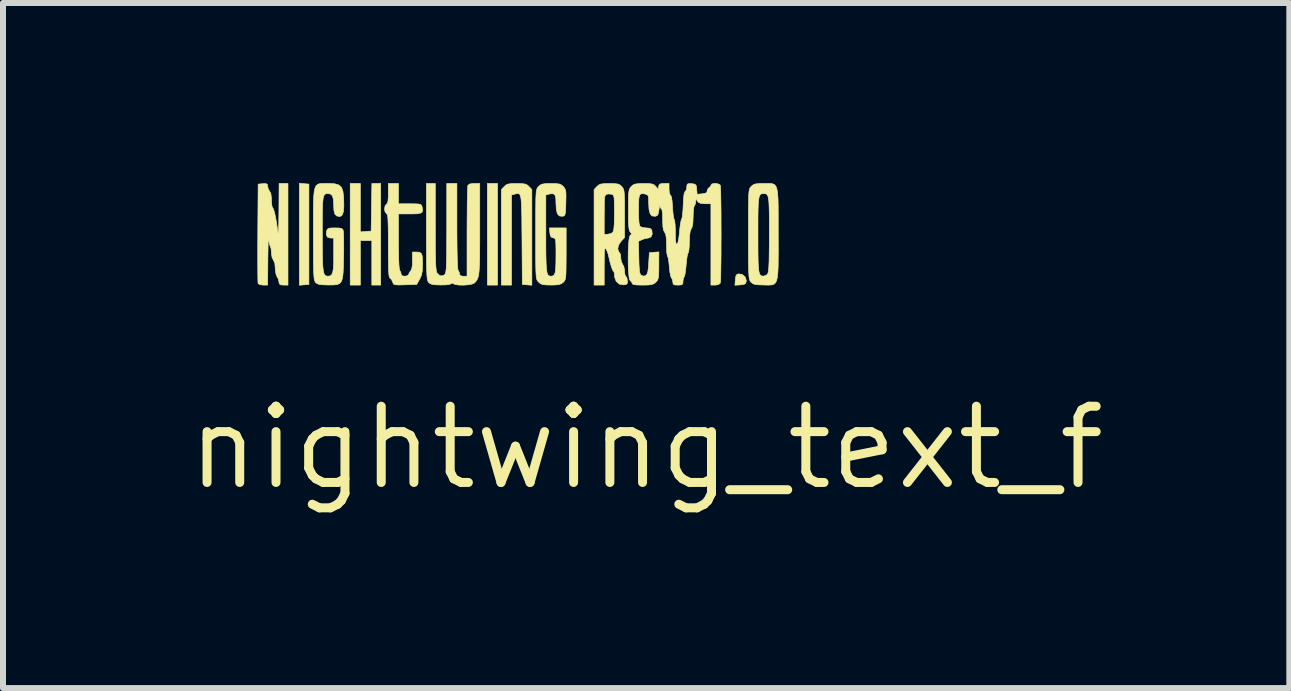
<source format=kicad_pcb>
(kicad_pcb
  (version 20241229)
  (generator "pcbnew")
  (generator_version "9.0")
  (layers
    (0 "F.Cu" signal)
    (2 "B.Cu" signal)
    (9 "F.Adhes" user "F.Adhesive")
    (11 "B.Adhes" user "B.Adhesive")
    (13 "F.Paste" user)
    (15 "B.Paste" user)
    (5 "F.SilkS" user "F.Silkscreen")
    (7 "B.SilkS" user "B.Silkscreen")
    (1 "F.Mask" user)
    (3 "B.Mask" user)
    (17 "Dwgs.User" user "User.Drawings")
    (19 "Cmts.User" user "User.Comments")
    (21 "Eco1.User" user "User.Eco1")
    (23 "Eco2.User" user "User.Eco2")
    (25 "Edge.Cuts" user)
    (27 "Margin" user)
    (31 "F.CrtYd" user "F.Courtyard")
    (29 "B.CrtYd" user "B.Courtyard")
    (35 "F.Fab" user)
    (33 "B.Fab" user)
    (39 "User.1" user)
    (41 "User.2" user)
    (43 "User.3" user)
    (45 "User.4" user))
  (footprint "nightwing_text_f"
    (layer "F.Cu")
    (at 7.718 4.41)
    (property "Reference" "nightwing_text_f" (at 0 0 0) (layer "F.SilkS") (effects (font (size 1.27 1.27) (thickness 0.15))))
    (attr through_hole)
    (fp_poly (pts (xy -2.477 -2.709) (xy -2.646 -2.709) (xy -2.646 -4.403) (xy -2.477 -4.403) (xy -2.477 -2.709)) (stroke (width 0.01) (type solid)) (fill yes) (layer "F.SilkS"))
    (fp_poly (pts (xy -5.699 -4.399) (xy -5.62 -4.392) (xy -5.62 -2.72) (xy -5.779 -2.707) (xy -5.779 -4.405) (xy -5.699 -4.399)) (stroke (width 0.01) (type solid)) (fill yes) (layer "F.SilkS"))
    (fp_poly (pts (xy 1.602 -2.886) (xy 1.648 -2.846) (xy 1.668 -2.789) (xy 1.668 -2.774) (xy 1.658 -2.739) (xy 1.633 -2.722) (xy 1.578 -2.714) (xy 1.57 -2.713) (xy 1.479 -2.707) (xy 1.486 -2.798) (xy 1.494 -2.857) (xy 1.51 -2.886) (xy 1.542 -2.896) (xy 1.602 -2.886)) (stroke (width 0.01) (type solid)) (fill yes) (layer "F.SilkS"))
    (fp_poly (pts (xy -4.763 -3.596) (xy -4.673 -3.602) (xy -4.583 -3.609) (xy -4.577 -4.006) (xy -4.571 -4.403) (xy -4.424 -4.403) (xy -4.424 -2.709) (xy -4.572 -2.709) (xy -4.572 -3.45) (xy -4.763 -3.45) (xy -4.763 -2.709) (xy -4.932 -2.709) (xy -4.932 -4.403) (xy -4.763 -4.403) (xy -4.763 -3.596)) (stroke (width 0.01) (type solid)) (fill yes) (layer "F.SilkS"))
    (fp_poly (pts (xy -2.074 -4.4) (xy -2.02 -4.394) (xy -1.984 -4.379) (xy -1.954 -4.353) (xy -1.953 -4.352) (xy -1.905 -4.301) (xy -1.905 -2.707) (xy -2.064 -2.72) (xy -2.069 -3.467) (xy -2.071 -3.67) (xy -2.072 -3.835) (xy -2.075 -3.965) (xy -2.079 -4.064) (xy -2.084 -4.137) (xy -2.093 -4.186) (xy -2.104 -4.217) (xy -2.12 -4.232) (xy -2.14 -4.235) (xy -2.165 -4.231) (xy -2.191 -4.225) (xy -2.244 -4.211) (xy -2.244 -2.709) (xy -2.413 -2.709) (xy -2.413 -4.301) (xy -2.365 -4.352) (xy -2.335 -4.378) (xy -2.3 -4.393) (xy -2.246 -4.4) (xy -2.163 -4.402) (xy -2.159 -4.402) (xy -2.074 -4.4)) (stroke (width 0.01) (type solid)) (fill yes) (layer "F.SilkS"))
    (fp_poly (pts (xy -5.969 -2.709) (xy -6.043 -2.709) (xy -6.094 -2.714) (xy -6.114 -2.732) (xy -6.118 -2.757) (xy -6.131 -2.812) (xy -6.15 -2.846) (xy -6.169 -2.892) (xy -6.18 -2.961) (xy -6.181 -2.99) (xy -6.188 -3.069) (xy -6.208 -3.12) (xy -6.212 -3.125) (xy -6.234 -3.168) (xy -6.244 -3.233) (xy -6.244 -3.246) (xy -6.249 -3.307) (xy -6.26 -3.349) (xy -6.264 -3.356) (xy -6.277 -3.387) (xy -6.287 -3.445) (xy -6.292 -3.493) (xy -6.294 -3.507) (xy -6.297 -3.483) (xy -6.299 -3.425) (xy -6.301 -3.338) (xy -6.303 -3.225) (xy -6.304 -3.159) (xy -6.308 -2.709) (xy -6.382 -2.709) (xy -6.435 -2.716) (xy -6.466 -2.733) (xy -6.467 -2.736) (xy -6.469 -2.762) (xy -6.471 -2.826) (xy -6.472 -2.923) (xy -6.473 -3.048) (xy -6.473 -3.196) (xy -6.473 -3.363) (xy -6.472 -3.543) (xy -6.472 -3.577) (xy -6.466 -4.392) (xy -6.387 -4.399) (xy -6.335 -4.4) (xy -6.313 -4.388) (xy -6.308 -4.355) (xy -6.308 -4.354) (xy -6.295 -4.303) (xy -6.276 -4.276) (xy -6.254 -4.234) (xy -6.245 -4.156) (xy -6.244 -4.127) (xy -6.241 -4.06) (xy -6.233 -4.012) (xy -6.224 -3.997) (xy -6.209 -3.972) (xy -6.191 -3.911) (xy -6.172 -3.819) (xy -6.153 -3.703) (xy -6.14 -3.609) (xy -6.134 -3.579) (xy -6.13 -3.587) (xy -6.126 -3.632) (xy -6.123 -3.717) (xy -6.121 -3.842) (xy -6.12 -3.942) (xy -6.117 -4.403) (xy -5.969 -4.403) (xy -5.969 -2.709)) (stroke (width 0.01) (type solid)) (fill yes) (layer "F.SilkS"))
    (fp_poly (pts (xy -4.128 -4.064) (xy -3.937 -4.064) (xy -3.847 -4.063) (xy -3.79 -4.06) (xy -3.759 -4.052) (xy -3.743 -4.037) (xy -3.734 -4.013) (xy -3.734 -4.011) (xy -3.725 -3.96) (xy -3.733 -3.927) (xy -3.764 -3.907) (xy -3.825 -3.897) (xy -3.92 -3.895) (xy -3.936 -3.895) (xy -4.128 -3.895) (xy -4.128 -3.43) (xy -4.127 -3.271) (xy -4.124 -3.139) (xy -4.119 -3.041) (xy -4.113 -2.977) (xy -4.106 -2.953) (xy -4.089 -2.923) (xy -4.085 -2.899) (xy -4.075 -2.868) (xy -4.036 -2.858) (xy -4.022 -2.857) (xy -3.973 -2.866) (xy -3.958 -2.887) (xy -3.943 -2.924) (xy -3.926 -2.942) (xy -3.907 -2.975) (xy -3.897 -3.039) (xy -3.895 -3.114) (xy -3.895 -3.26) (xy -3.823 -3.26) (xy -3.779 -3.256) (xy -3.75 -3.24) (xy -3.734 -3.203) (xy -3.727 -3.14) (xy -3.726 -3.041) (xy -3.726 -3.041) (xy -3.731 -2.944) (xy -3.745 -2.872) (xy -3.773 -2.81) (xy -3.776 -2.805) (xy -3.824 -2.72) (xy -4.018 -2.714) (xy -4.109 -2.711) (xy -4.166 -2.713) (xy -4.199 -2.719) (xy -4.215 -2.733) (xy -4.223 -2.756) (xy -4.224 -2.76) (xy -4.245 -2.804) (xy -4.267 -2.824) (xy -4.276 -2.834) (xy -4.284 -2.859) (xy -4.289 -2.904) (xy -4.293 -2.974) (xy -4.295 -3.073) (xy -4.297 -3.205) (xy -4.297 -3.363) (xy -4.297 -3.529) (xy -4.298 -3.657) (xy -4.301 -3.752) (xy -4.304 -3.82) (xy -4.309 -3.864) (xy -4.317 -3.889) (xy -4.326 -3.901) (xy -4.329 -3.902) (xy -4.352 -3.932) (xy -4.36 -3.979) (xy -4.35 -4.032) (xy -4.329 -4.056) (xy -4.312 -4.073) (xy -4.302 -4.113) (xy -4.297 -4.183) (xy -4.297 -4.236) (xy -4.297 -4.403) (xy -4.128 -4.403) (xy -4.128 -4.064)) (stroke (width 0.01) (type solid)) (fill yes) (layer "F.SilkS"))
    (fp_poly (pts (xy -3.514 -3.677) (xy -3.513 -3.479) (xy -3.513 -3.318) (xy -3.511 -3.191) (xy -3.509 -3.094) (xy -3.505 -3.022) (xy -3.5 -2.97) (xy -3.494 -2.935) (xy -3.486 -2.913) (xy -3.481 -2.905) (xy -3.435 -2.864) (xy -3.386 -2.865) (xy -3.353 -2.888) (xy -3.345 -2.902) (xy -3.339 -2.93) (xy -3.333 -2.975) (xy -3.329 -3.042) (xy -3.327 -3.134) (xy -3.325 -3.255) (xy -3.324 -3.409) (xy -3.323 -3.601) (xy -3.323 -3.66) (xy -3.323 -4.403) (xy -3.154 -4.403) (xy -3.154 -3.684) (xy -3.153 -3.474) (xy -3.151 -3.297) (xy -3.148 -3.154) (xy -3.144 -3.048) (xy -3.139 -2.98) (xy -3.133 -2.953) (xy -3.133 -2.953) (xy -3.115 -2.923) (xy -3.111 -2.899) (xy -3.101 -2.868) (xy -3.062 -2.858) (xy -3.048 -2.857) (xy -2.985 -2.857) (xy -2.985 -3.597) (xy -2.984 -3.77) (xy -2.983 -3.932) (xy -2.982 -4.075) (xy -2.979 -4.196) (xy -2.977 -4.289) (xy -2.974 -4.348) (xy -2.972 -4.369) (xy -2.945 -4.393) (xy -2.885 -4.402) (xy -2.866 -4.403) (xy -2.773 -4.403) (xy -2.773 -3.643) (xy -2.773 -3.436) (xy -2.774 -3.267) (xy -2.775 -3.132) (xy -2.779 -3.026) (xy -2.784 -2.944) (xy -2.791 -2.883) (xy -2.801 -2.838) (xy -2.815 -2.804) (xy -2.832 -2.777) (xy -2.853 -2.753) (xy -2.862 -2.744) (xy -2.901 -2.726) (xy -2.967 -2.714) (xy -3.046 -2.708) (xy -3.123 -2.71) (xy -3.183 -2.719) (xy -3.211 -2.732) (xy -3.236 -2.744) (xy -3.248 -2.732) (xy -3.276 -2.721) (xy -3.337 -2.713) (xy -3.424 -2.711) (xy -3.425 -2.711) (xy -3.514 -2.714) (xy -3.571 -2.722) (xy -3.607 -2.738) (xy -3.625 -2.753) (xy -3.634 -2.767) (xy -3.642 -2.786) (xy -3.648 -2.816) (xy -3.653 -2.861) (xy -3.656 -2.924) (xy -3.659 -3.01) (xy -3.661 -3.123) (xy -3.661 -3.268) (xy -3.662 -3.447) (xy -3.662 -3.598) (xy -3.662 -4.403) (xy -3.514 -4.403) (xy -3.514 -3.677)) (stroke (width 0.01) (type solid)) (fill yes) (layer "F.SilkS"))
    (fp_poly (pts (xy -0.529 -4.4) (xy -0.475 -4.394) (xy -0.439 -4.379) (xy -0.409 -4.353) (xy -0.407 -4.352) (xy -0.391 -4.332) (xy -0.379 -4.31) (xy -0.37 -4.28) (xy -0.365 -4.233) (xy -0.362 -4.165) (xy -0.36 -4.069) (xy -0.36 -3.938) (xy -0.36 -3.902) (xy -0.36 -3.502) (xy -0.421 -3.435) (xy -0.46 -3.375) (xy -0.473 -3.313) (xy -0.459 -3.264) (xy -0.442 -3.248) (xy -0.429 -3.221) (xy -0.423 -3.17) (xy -0.423 -3.162) (xy -0.415 -3.102) (xy -0.394 -3.058) (xy -0.392 -3.056) (xy -0.371 -3.014) (xy -0.36 -2.954) (xy -0.36 -2.942) (xy -0.355 -2.889) (xy -0.342 -2.856) (xy -0.338 -2.854) (xy -0.321 -2.83) (xy -0.312 -2.783) (xy -0.313 -2.739) (xy -0.334 -2.72) (xy -0.376 -2.713) (xy -0.447 -2.725) (xy -0.499 -2.77) (xy -0.526 -2.843) (xy -0.528 -2.873) (xy -0.533 -2.92) (xy -0.544 -2.942) (xy -0.546 -2.942) (xy -0.56 -2.961) (xy -0.579 -3.013) (xy -0.601 -3.088) (xy -0.622 -3.177) (xy -0.628 -3.207) (xy -0.647 -3.268) (xy -0.67 -3.312) (xy -0.681 -3.323) (xy -0.689 -3.316) (xy -0.694 -3.286) (xy -0.697 -3.228) (xy -0.698 -3.137) (xy -0.699 -3.032) (xy -0.699 -2.709) (xy -0.868 -2.709) (xy -0.868 -3.883) (xy -0.699 -3.883) (xy -0.699 -3.556) (xy -0.644 -3.556) (xy -0.59 -3.567) (xy -0.559 -3.586) (xy -0.547 -3.609) (xy -0.538 -3.652) (xy -0.532 -3.722) (xy -0.53 -3.823) (xy -0.529 -3.913) (xy -0.53 -4.031) (xy -0.531 -4.113) (xy -0.535 -4.166) (xy -0.543 -4.198) (xy -0.554 -4.214) (xy -0.57 -4.222) (xy -0.572 -4.223) (xy -0.628 -4.228) (xy -0.656 -4.223) (xy -0.672 -4.215) (xy -0.684 -4.2) (xy -0.691 -4.171) (xy -0.696 -4.122) (xy -0.698 -4.046) (xy -0.698 -3.937) (xy -0.699 -3.883) (xy -0.868 -3.883) (xy -0.868 -4.301) (xy -0.82 -4.352) (xy -0.79 -4.378) (xy -0.754 -4.393) (xy -0.701 -4.4) (xy -0.617 -4.402) (xy -0.614 -4.402) (xy -0.529 -4.4)) (stroke (width 0.01) (type solid)) (fill yes) (layer "F.SilkS"))
    (fp_poly (pts (xy 2.069 -4.403) (xy 2.108 -4.397) (xy 2.14 -4.382) (xy 2.163 -4.354) (xy 2.179 -4.309) (xy 2.19 -4.244) (xy 2.197 -4.155) (xy 2.2 -4.037) (xy 2.201 -3.888) (xy 2.201 -3.702) (xy 2.201 -3.556) (xy 2.202 -3.344) (xy 2.201 -3.171) (xy 2.2 -3.032) (xy 2.195 -2.924) (xy 2.187 -2.843) (xy 2.174 -2.785) (xy 2.155 -2.747) (xy 2.129 -2.724) (xy 2.095 -2.713) (xy 2.051 -2.709) (xy 1.997 -2.71) (xy 1.953 -2.711) (xy 1.865 -2.714) (xy 1.809 -2.721) (xy 1.773 -2.736) (xy 1.746 -2.759) (xy 1.735 -2.772) (xy 1.726 -2.79) (xy 1.719 -2.815) (xy 1.714 -2.852) (xy 1.71 -2.906) (xy 1.707 -2.982) (xy 1.705 -3.082) (xy 1.704 -3.212) (xy 1.704 -3.377) (xy 1.704 -3.551) (xy 1.863 -3.551) (xy 1.863 -3.362) (xy 1.864 -3.211) (xy 1.866 -3.093) (xy 1.871 -3.005) (xy 1.878 -2.943) (xy 1.888 -2.901) (xy 1.902 -2.876) (xy 1.92 -2.863) (xy 1.943 -2.859) (xy 1.956 -2.858) (xy 2 -2.873) (xy 2.024 -2.895) (xy 2.032 -2.915) (xy 2.039 -2.954) (xy 2.044 -3.016) (xy 2.048 -3.105) (xy 2.05 -3.224) (xy 2.052 -3.378) (xy 2.052 -3.557) (xy 2.053 -3.744) (xy 2.052 -3.893) (xy 2.049 -4.008) (xy 2.045 -4.094) (xy 2.038 -4.154) (xy 2.028 -4.194) (xy 2.014 -4.218) (xy 1.996 -4.229) (xy 1.972 -4.233) (xy 1.958 -4.233) (xy 1.932 -4.232) (xy 1.911 -4.225) (xy 1.895 -4.208) (xy 1.883 -4.178) (xy 1.874 -4.128) (xy 1.868 -4.056) (xy 1.865 -3.958) (xy 1.863 -3.827) (xy 1.863 -3.661) (xy 1.863 -3.551) (xy 1.704 -3.551) (xy 1.704 -3.556) (xy 1.704 -3.754) (xy 1.704 -3.914) (xy 1.705 -4.04) (xy 1.707 -4.138) (xy 1.709 -4.21) (xy 1.713 -4.262) (xy 1.719 -4.297) (xy 1.726 -4.321) (xy 1.736 -4.337) (xy 1.747 -4.351) (xy 1.752 -4.355) (xy 1.783 -4.38) (xy 1.821 -4.395) (xy 1.879 -4.401) (xy 1.958 -4.403) (xy 2.019 -4.403) (xy 2.069 -4.403)) (stroke (width 0.01) (type solid)) (fill yes) (layer "F.SilkS"))
    (fp_poly (pts (xy -5.344 -4.403) (xy -5.302 -4.403) (xy -5.195 -4.398) (xy -5.123 -4.378) (xy -5.077 -4.337) (xy -5.053 -4.269) (xy -5.041 -4.166) (xy -5.041 -4.154) (xy -5.038 -4.026) (xy -5.045 -3.936) (xy -5.063 -3.88) (xy -5.092 -3.855) (xy -5.108 -3.852) (xy -5.157 -3.861) (xy -5.187 -3.892) (xy -5.203 -3.952) (xy -5.207 -4.043) (xy -5.212 -4.137) (xy -5.228 -4.196) (xy -5.259 -4.226) (xy -5.302 -4.233) (xy -5.329 -4.232) (xy -5.35 -4.225) (xy -5.366 -4.208) (xy -5.378 -4.177) (xy -5.386 -4.128) (xy -5.392 -4.055) (xy -5.395 -3.956) (xy -5.397 -3.825) (xy -5.397 -3.658) (xy -5.397 -3.557) (xy -5.396 -3.366) (xy -5.395 -3.214) (xy -5.392 -3.095) (xy -5.387 -3.006) (xy -5.379 -2.942) (xy -5.368 -2.9) (xy -5.354 -2.874) (xy -5.335 -2.862) (xy -5.311 -2.858) (xy -5.304 -2.857) (xy -5.267 -2.862) (xy -5.241 -2.881) (xy -5.224 -2.92) (xy -5.213 -2.983) (xy -5.208 -3.078) (xy -5.207 -3.205) (xy -5.207 -3.493) (xy -5.261 -3.493) (xy -5.311 -3.508) (xy -5.331 -3.552) (xy -5.325 -3.609) (xy -5.314 -3.639) (xy -5.293 -3.654) (xy -5.251 -3.661) (xy -5.186 -3.662) (xy -5.115 -3.66) (xy -5.075 -3.653) (xy -5.055 -3.636) (xy -5.047 -3.613) (xy -5.044 -3.576) (xy -5.041 -3.505) (xy -5.04 -3.407) (xy -5.04 -3.291) (xy -5.042 -3.184) (xy -5.045 -3.031) (xy -5.05 -2.914) (xy -5.06 -2.83) (xy -5.077 -2.773) (xy -5.106 -2.737) (xy -5.147 -2.719) (xy -5.204 -2.712) (xy -5.281 -2.711) (xy -5.302 -2.711) (xy -5.392 -2.714) (xy -5.451 -2.721) (xy -5.488 -2.736) (xy -5.509 -2.753) (xy -5.518 -2.767) (xy -5.526 -2.787) (xy -5.533 -2.818) (xy -5.537 -2.864) (xy -5.541 -2.928) (xy -5.543 -3.017) (xy -5.545 -3.133) (xy -5.545 -3.281) (xy -5.546 -3.466) (xy -5.546 -3.556) (xy -5.546 -3.768) (xy -5.546 -3.941) (xy -5.544 -4.08) (xy -5.54 -4.188) (xy -5.532 -4.269) (xy -5.519 -4.326) (xy -5.5 -4.365) (xy -5.474 -4.388) (xy -5.441 -4.399) (xy -5.398 -4.403) (xy -5.344 -4.403)) (stroke (width 0.01) (type solid)) (fill yes) (layer "F.SilkS"))
    (fp_poly (pts (xy -1.503 -4.4) (xy -1.449 -4.394) (xy -1.412 -4.379) (xy -1.382 -4.353) (xy -1.38 -4.351) (xy -1.359 -4.325) (xy -1.345 -4.295) (xy -1.338 -4.254) (xy -1.336 -4.19) (xy -1.338 -4.094) (xy -1.338 -4.081) (xy -1.341 -3.983) (xy -1.345 -3.92) (xy -1.353 -3.883) (xy -1.365 -3.865) (xy -1.385 -3.857) (xy -1.396 -3.856) (xy -1.446 -3.861) (xy -1.479 -3.897) (xy -1.497 -3.966) (xy -1.503 -4.069) (xy -1.506 -4.157) (xy -1.52 -4.209) (xy -1.548 -4.231) (xy -1.596 -4.23) (xy -1.619 -4.225) (xy -1.672 -4.211) (xy -1.672 -3.565) (xy -1.672 -3.373) (xy -1.671 -3.219) (xy -1.668 -3.1) (xy -1.664 -3.01) (xy -1.657 -2.945) (xy -1.648 -2.902) (xy -1.635 -2.876) (xy -1.617 -2.863) (xy -1.596 -2.858) (xy -1.583 -2.857) (xy -1.552 -2.863) (xy -1.531 -2.882) (xy -1.516 -2.922) (xy -1.508 -2.988) (xy -1.504 -3.085) (xy -1.503 -3.199) (xy -1.503 -3.315) (xy -1.505 -3.395) (xy -1.508 -3.447) (xy -1.515 -3.476) (xy -1.527 -3.49) (xy -1.544 -3.495) (xy -1.55 -3.496) (xy -1.584 -3.51) (xy -1.6 -3.546) (xy -1.605 -3.582) (xy -1.611 -3.662) (xy -1.333 -3.662) (xy -1.333 -3.232) (xy -1.334 -3.086) (xy -1.335 -2.977) (xy -1.337 -2.899) (xy -1.341 -2.844) (xy -1.348 -2.808) (xy -1.357 -2.784) (xy -1.371 -2.766) (xy -1.382 -2.755) (xy -1.415 -2.731) (xy -1.457 -2.717) (xy -1.519 -2.711) (xy -1.589 -2.71) (xy -1.673 -2.712) (xy -1.728 -2.719) (xy -1.764 -2.734) (xy -1.794 -2.76) (xy -1.806 -2.774) (xy -1.817 -2.79) (xy -1.825 -2.812) (xy -1.831 -2.844) (xy -1.835 -2.891) (xy -1.838 -2.957) (xy -1.84 -3.046) (xy -1.841 -3.164) (xy -1.841 -3.314) (xy -1.841 -3.501) (xy -1.841 -3.556) (xy -1.841 -3.753) (xy -1.841 -3.912) (xy -1.84 -4.038) (xy -1.839 -4.135) (xy -1.836 -4.206) (xy -1.832 -4.258) (xy -1.826 -4.293) (xy -1.819 -4.317) (xy -1.809 -4.334) (xy -1.797 -4.348) (xy -1.794 -4.352) (xy -1.764 -4.378) (xy -1.728 -4.393) (xy -1.674 -4.4) (xy -1.591 -4.402) (xy -1.587 -4.402) (xy -1.503 -4.4)) (stroke (width 0.01) (type solid)) (fill yes) (layer "F.SilkS"))
    (fp_poly (pts (xy 1.186 -4.4) (xy 1.225 -4.384) (xy 1.236 -4.369) (xy 1.239 -4.341) (xy 1.242 -4.275) (xy 1.244 -4.177) (xy 1.246 -4.052) (xy 1.248 -3.904) (xy 1.248 -3.738) (xy 1.249 -3.559) (xy 1.249 -3.556) (xy 1.248 -3.377) (xy 1.248 -3.211) (xy 1.246 -3.063) (xy 1.244 -2.937) (xy 1.242 -2.838) (xy 1.239 -2.772) (xy 1.236 -2.743) (xy 1.236 -2.743) (xy 1.204 -2.717) (xy 1.151 -2.709) (xy 1.079 -2.709) (xy 1.079 -4.064) (xy 0.99 -4.064) (xy 0.913 -4.07) (xy 0.869 -4.088) (xy 0.845 -4.124) (xy 0.841 -4.138) (xy 0.833 -4.154) (xy 0.829 -4.129) (xy 0.828 -4.113) (xy 0.82 -4.062) (xy 0.805 -4.033) (xy 0.804 -4.032) (xy 0.794 -4.006) (xy 0.787 -3.949) (xy 0.783 -3.872) (xy 0.783 -3.855) (xy 0.779 -3.746) (xy 0.765 -3.674) (xy 0.752 -3.65) (xy 0.733 -3.602) (xy 0.723 -3.519) (xy 0.72 -3.436) (xy 0.718 -3.354) (xy 0.712 -3.29) (xy 0.704 -3.254) (xy 0.701 -3.25) (xy 0.691 -3.225) (xy 0.68 -3.168) (xy 0.67 -3.09) (xy 0.667 -3.048) (xy 0.658 -2.962) (xy 0.648 -2.894) (xy 0.637 -2.853) (xy 0.633 -2.846) (xy 0.619 -2.818) (xy 0.614 -2.772) (xy 0.61 -2.732) (xy 0.592 -2.714) (xy 0.546 -2.709) (xy 0.529 -2.709) (xy 0.474 -2.712) (xy 0.45 -2.726) (xy 0.445 -2.757) (xy 0.445 -2.758) (xy 0.435 -2.807) (xy 0.42 -2.831) (xy 0.407 -2.863) (xy 0.395 -2.924) (xy 0.387 -3.003) (xy 0.386 -3.016) (xy 0.378 -3.094) (xy 0.369 -3.154) (xy 0.359 -3.186) (xy 0.357 -3.187) (xy 0.349 -3.212) (xy 0.342 -3.269) (xy 0.339 -3.347) (xy 0.339 -3.379) (xy 0.336 -3.48) (xy 0.328 -3.546) (xy 0.312 -3.584) (xy 0.307 -3.591) (xy 0.289 -3.623) (xy 0.279 -3.681) (xy 0.275 -3.773) (xy 0.275 -3.801) (xy 0.273 -3.888) (xy 0.266 -3.95) (xy 0.257 -3.978) (xy 0.254 -3.979) (xy 0.236 -3.997) (xy 0.23 -4.027) (xy 0.226 -4.036) (xy 0.219 -4.008) (xy 0.214 -3.969) (xy 0.203 -3.905) (xy 0.188 -3.871) (xy 0.161 -3.858) (xy 0.149 -3.856) (xy 0.099 -3.861) (xy 0.066 -3.897) (xy 0.048 -3.967) (xy 0.042 -4.068) (xy 0.041 -4.144) (xy 0.036 -4.189) (xy 0.022 -4.211) (xy -0.003 -4.223) (xy -0.011 -4.225) (xy -0.057 -4.234) (xy -0.089 -4.229) (xy -0.11 -4.206) (xy -0.121 -4.157) (xy -0.126 -4.078) (xy -0.127 -3.963) (xy -0.125 -3.831) (xy -0.118 -3.741) (xy -0.106 -3.693) (xy -0.102 -3.687) (xy -0.065 -3.67) (xy -0.007 -3.662) (xy 0.003 -3.662) (xy 0.061 -3.656) (xy 0.089 -3.633) (xy 0.095 -3.619) (xy 0.101 -3.558) (xy 0.079 -3.511) (xy 0.036 -3.493) (xy 0.035 -3.493) (xy -0.02 -3.484) (xy -0.07 -3.466) (xy -0.128 -3.44) (xy -0.122 -3.167) (xy -0.119 -3.052) (xy -0.114 -2.972) (xy -0.108 -2.921) (xy -0.097 -2.89) (xy -0.083 -2.873) (xy -0.079 -2.87) (xy -0.034 -2.858) (xy -0.005 -2.87) (xy 0.015 -2.893) (xy 0.028 -2.935) (xy 0.038 -3.005) (xy 0.042 -3.071) (xy 0.053 -3.249) (xy 0.132 -3.256) (xy 0.212 -3.262) (xy 0.211 -3.033) (xy 0.21 -2.931) (xy 0.207 -2.862) (xy 0.2 -2.817) (xy 0.187 -2.787) (xy 0.167 -2.763) (xy 0.161 -2.757) (xy 0.13 -2.733) (xy 0.092 -2.718) (xy 0.037 -2.711) (xy -0.048 -2.709) (xy -0.061 -2.709) (xy -0.15 -2.711) (xy -0.204 -2.717) (xy -0.229 -2.728) (xy -0.233 -2.739) (xy -0.25 -2.771) (xy -0.265 -2.78) (xy -0.278 -2.806) (xy -0.288 -2.865) (xy -0.295 -2.949) (xy -0.299 -3.051) (xy -0.3 -3.161) (xy -0.299 -3.271) (xy -0.294 -3.372) (xy -0.287 -3.457) (xy -0.276 -3.517) (xy -0.263 -3.543) (xy -0.263 -3.543) (xy -0.241 -3.556) (xy -0.251 -3.576) (xy -0.263 -3.589) (xy -0.276 -3.609) (xy -0.285 -3.642) (xy -0.291 -3.695) (xy -0.295 -3.775) (xy -0.296 -3.887) (xy -0.296 -3.962) (xy -0.296 -4.09) (xy -0.295 -4.182) (xy -0.291 -4.246) (xy -0.285 -4.289) (xy -0.274 -4.318) (xy -0.259 -4.34) (xy -0.249 -4.352) (xy -0.219 -4.378) (xy -0.183 -4.393) (xy -0.129 -4.4) (xy -0.045 -4.402) (xy -0.042 -4.402) (xy 0.043 -4.401) (xy 0.097 -4.394) (xy 0.132 -4.38) (xy 0.159 -4.355) (xy 0.159 -4.355) (xy 0.201 -4.307) (xy 0.208 -4.355) (xy 0.219 -4.386) (xy 0.249 -4.4) (xy 0.298 -4.403) (xy 0.381 -4.403) (xy 0.381 -4.309) (xy 0.386 -4.25) (xy 0.399 -4.213) (xy 0.406 -4.207) (xy 0.42 -4.182) (xy 0.431 -4.12) (xy 0.439 -4.025) (xy 0.44 -4.01) (xy 0.446 -3.923) (xy 0.454 -3.853) (xy 0.464 -3.809) (xy 0.468 -3.8) (xy 0.476 -3.772) (xy 0.483 -3.711) (xy 0.486 -3.629) (xy 0.487 -3.582) (xy 0.488 -3.484) (xy 0.493 -3.424) (xy 0.502 -3.395) (xy 0.513 -3.392) (xy 0.529 -3.418) (xy 0.543 -3.483) (xy 0.555 -3.585) (xy 0.556 -3.599) (xy 0.565 -3.687) (xy 0.576 -3.757) (xy 0.586 -3.8) (xy 0.591 -3.809) (xy 0.6 -3.834) (xy 0.607 -3.891) (xy 0.614 -3.973) (xy 0.617 -4.041) (xy 0.623 -4.155) (xy 0.632 -4.229) (xy 0.645 -4.266) (xy 0.651 -4.27) (xy 0.67 -4.296) (xy 0.677 -4.342) (xy 0.681 -4.383) (xy 0.699 -4.399) (xy 0.744 -4.4) (xy 0.757 -4.399) (xy 0.808 -4.392) (xy 0.832 -4.373) (xy 0.841 -4.329) (xy 0.842 -4.307) (xy 0.849 -4.222) (xy 0.932 -4.23) (xy 0.989 -4.24) (xy 1.013 -4.259) (xy 1.016 -4.279) (xy 1.03 -4.318) (xy 1.048 -4.332) (xy 1.076 -4.358) (xy 1.079 -4.373) (xy 1.097 -4.395) (xy 1.138 -4.403) (xy 1.186 -4.4)) (stroke (width 0.01) (type solid)) (fill yes) (layer "F.SilkS")))
  (gr_rect
    (start -3 -3)
    (end 18.436 8.416)
    (stroke (width 0.1) (type default))
    (fill no)
    (layer "Edge.Cuts")))
</source>
